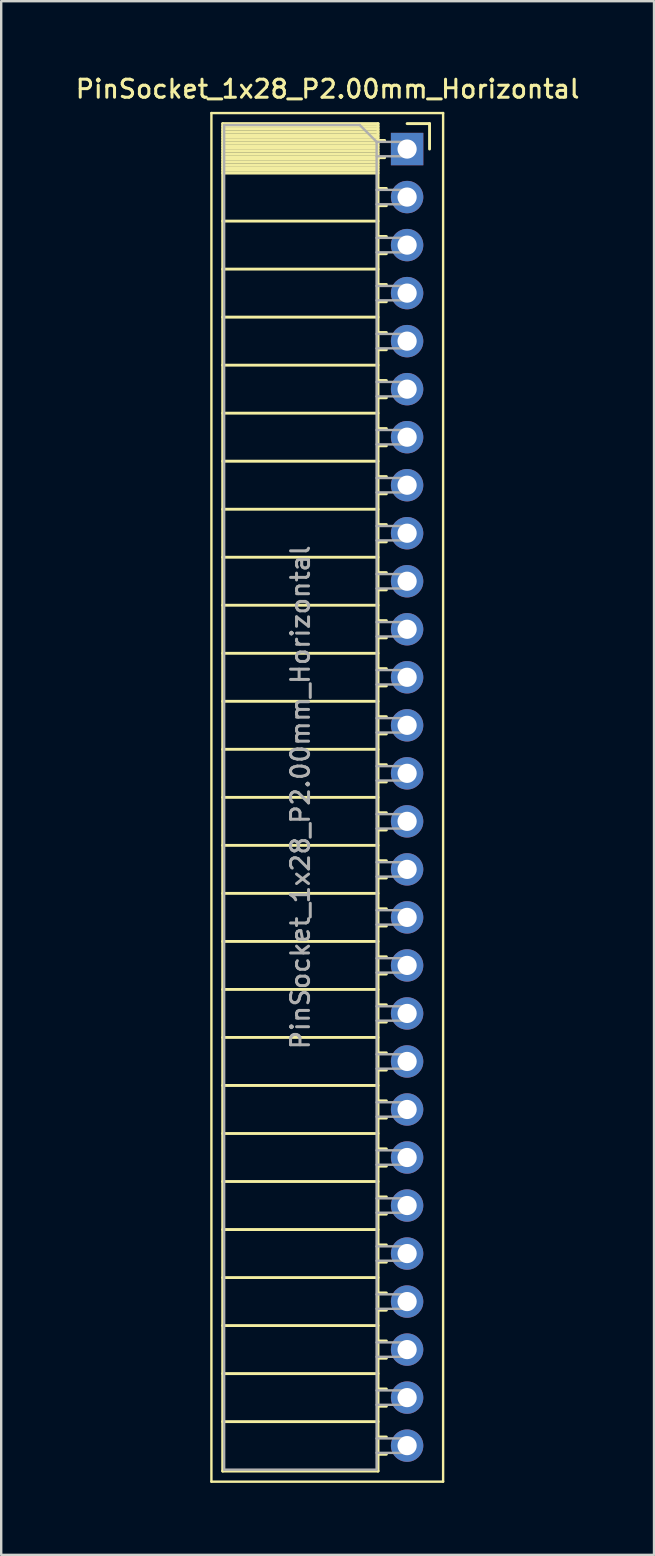
<source format=kicad_pcb>
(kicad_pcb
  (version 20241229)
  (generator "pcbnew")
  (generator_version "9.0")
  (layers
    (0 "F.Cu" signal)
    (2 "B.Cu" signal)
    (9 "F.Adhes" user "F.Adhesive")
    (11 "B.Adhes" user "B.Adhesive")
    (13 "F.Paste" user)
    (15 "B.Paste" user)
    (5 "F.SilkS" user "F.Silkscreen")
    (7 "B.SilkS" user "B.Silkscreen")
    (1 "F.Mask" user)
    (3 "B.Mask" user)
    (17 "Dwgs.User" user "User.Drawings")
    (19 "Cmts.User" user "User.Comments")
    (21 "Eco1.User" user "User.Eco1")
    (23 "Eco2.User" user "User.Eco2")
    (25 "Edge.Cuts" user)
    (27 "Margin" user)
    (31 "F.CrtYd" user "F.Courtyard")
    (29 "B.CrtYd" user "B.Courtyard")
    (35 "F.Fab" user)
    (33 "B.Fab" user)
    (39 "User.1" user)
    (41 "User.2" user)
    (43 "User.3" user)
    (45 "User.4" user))
  (footprint "PinSocket_1x28_P2.00mm_Horizontal"
    (layer "F.Cu")
    (at 13.905 3.158)
    (property "Reference" "PinSocket_1x28_P2.00mm_Horizontal" (at -3.31 -2.5 0) (layer "F.SilkS") (effects (font (size 0.75 0.75) (thickness 0.125))))
    (attr through_hole)
    (fp_line (start -8.15 -1.5) (end -8.15 55.5) (stroke (width 0.1) (type solid)) (layer "F.SilkS"))
    (fp_line (start -8.15 55.5) (end 1.5 55.5) (stroke (width 0.1) (type solid)) (layer "F.SilkS"))
    (fp_line (start -7.68 -1.06) (end -7.68 55.06) (stroke (width 0.12) (type solid)) (layer "F.SilkS"))
    (fp_line (start -7.68 -1.06) (end -1.21 -1.06) (stroke (width 0.12) (type solid)) (layer "F.SilkS"))
    (fp_line (start -7.68 -0.94) (end -1.21 -0.94) (stroke (width 0.12) (type solid)) (layer "F.SilkS"))
    (fp_line (start -7.68 -0.826) (end -1.21 -0.826) (stroke (width 0.12) (type solid)) (layer "F.SilkS"))
    (fp_line (start -7.68 -0.712) (end -1.21 -0.712) (stroke (width 0.12) (type solid)) (layer "F.SilkS"))
    (fp_line (start -7.68 -0.598) (end -1.21 -0.598) (stroke (width 0.12) (type solid)) (layer "F.SilkS"))
    (fp_line (start -7.68 -0.484) (end -1.21 -0.484) (stroke (width 0.12) (type solid)) (layer "F.SilkS"))
    (fp_line (start -7.68 -0.369) (end -1.21 -0.369) (stroke (width 0.12) (type solid)) (layer "F.SilkS"))
    (fp_line (start -7.68 -0.255) (end -1.21 -0.255) (stroke (width 0.12) (type solid)) (layer "F.SilkS"))
    (fp_line (start -7.68 -0.141) (end -1.21 -0.141) (stroke (width 0.12) (type solid)) (layer "F.SilkS"))
    (fp_line (start -7.68 -0.027) (end -1.21 -0.027) (stroke (width 0.12) (type solid)) (layer "F.SilkS"))
    (fp_line (start -7.68 0.087) (end -1.21 0.087) (stroke (width 0.12) (type solid)) (layer "F.SilkS"))
    (fp_line (start -7.68 0.201) (end -1.21 0.201) (stroke (width 0.12) (type solid)) (layer "F.SilkS"))
    (fp_line (start -7.68 0.315) (end -1.21 0.315) (stroke (width 0.12) (type solid)) (layer "F.SilkS"))
    (fp_line (start -7.68 0.429) (end -1.21 0.429) (stroke (width 0.12) (type solid)) (layer "F.SilkS"))
    (fp_line (start -7.68 0.544) (end -1.21 0.544) (stroke (width 0.12) (type solid)) (layer "F.SilkS"))
    (fp_line (start -7.68 0.658) (end -1.21 0.658) (stroke (width 0.12) (type solid)) (layer "F.SilkS"))
    (fp_line (start -7.68 0.772) (end -1.21 0.772) (stroke (width 0.12) (type solid)) (layer "F.SilkS"))
    (fp_line (start -7.68 0.886) (end -1.21 0.886) (stroke (width 0.12) (type solid)) (layer "F.SilkS"))
    (fp_line (start -7.68 1) (end -1.21 1) (stroke (width 0.12) (type solid)) (layer "F.SilkS"))
    (fp_line (start -7.68 3) (end -1.21 3) (stroke (width 0.12) (type solid)) (layer "F.SilkS"))
    (fp_line (start -7.68 5) (end -1.21 5) (stroke (width 0.12) (type solid)) (layer "F.SilkS"))
    (fp_line (start -7.68 7) (end -1.21 7) (stroke (width 0.12) (type solid)) (layer "F.SilkS"))
    (fp_line (start -7.68 9) (end -1.21 9) (stroke (width 0.12) (type solid)) (layer "F.SilkS"))
    (fp_line (start -7.68 11) (end -1.21 11) (stroke (width 0.12) (type solid)) (layer "F.SilkS"))
    (fp_line (start -7.68 13) (end -1.21 13) (stroke (width 0.12) (type solid)) (layer "F.SilkS"))
    (fp_line (start -7.68 15) (end -1.21 15) (stroke (width 0.12) (type solid)) (layer "F.SilkS"))
    (fp_line (start -7.68 17) (end -1.21 17) (stroke (width 0.12) (type solid)) (layer "F.SilkS"))
    (fp_line (start -7.68 19) (end -1.21 19) (stroke (width 0.12) (type solid)) (layer "F.SilkS"))
    (fp_line (start -7.68 21) (end -1.21 21) (stroke (width 0.12) (type solid)) (layer "F.SilkS"))
    (fp_line (start -7.68 23) (end -1.21 23) (stroke (width 0.12) (type solid)) (layer "F.SilkS"))
    (fp_line (start -7.68 25) (end -1.21 25) (stroke (width 0.12) (type solid)) (layer "F.SilkS"))
    (fp_line (start -7.68 27) (end -1.21 27) (stroke (width 0.12) (type solid)) (layer "F.SilkS"))
    (fp_line (start -7.68 29) (end -1.21 29) (stroke (width 0.12) (type solid)) (layer "F.SilkS"))
    (fp_line (start -7.68 31) (end -1.21 31) (stroke (width 0.12) (type solid)) (layer "F.SilkS"))
    (fp_line (start -7.68 33) (end -1.21 33) (stroke (width 0.12) (type solid)) (layer "F.SilkS"))
    (fp_line (start -7.68 35) (end -1.21 35) (stroke (width 0.12) (type solid)) (layer "F.SilkS"))
    (fp_line (start -7.68 37) (end -1.21 37) (stroke (width 0.12) (type solid)) (layer "F.SilkS"))
    (fp_line (start -7.68 39) (end -1.21 39) (stroke (width 0.12) (type solid)) (layer "F.SilkS"))
    (fp_line (start -7.68 41) (end -1.21 41) (stroke (width 0.12) (type solid)) (layer "F.SilkS"))
    (fp_line (start -7.68 43) (end -1.21 43) (stroke (width 0.12) (type solid)) (layer "F.SilkS"))
    (fp_line (start -7.68 45) (end -1.21 45) (stroke (width 0.12) (type solid)) (layer "F.SilkS"))
    (fp_line (start -7.68 47) (end -1.21 47) (stroke (width 0.12) (type solid)) (layer "F.SilkS"))
    (fp_line (start -7.68 49) (end -1.21 49) (stroke (width 0.12) (type solid)) (layer "F.SilkS"))
    (fp_line (start -7.68 51) (end -1.21 51) (stroke (width 0.12) (type solid)) (layer "F.SilkS"))
    (fp_line (start -7.68 53) (end -1.21 53) (stroke (width 0.12) (type solid)) (layer "F.SilkS"))
    (fp_line (start -7.68 55.06) (end -1.21 55.06) (stroke (width 0.12) (type solid)) (layer "F.SilkS"))
    (fp_line (start -1.21 -1.06) (end -1.21 55.06) (stroke (width 0.12) (type solid)) (layer "F.SilkS"))
    (fp_line (start -1.21 -0.36) (end -0.935 -0.36) (stroke (width 0.12) (type solid)) (layer "F.SilkS"))
    (fp_line (start -1.21 0.36) (end -0.935 0.36) (stroke (width 0.12) (type solid)) (layer "F.SilkS"))
    (fp_line (start -1.21 1.64) (end -0.863 1.64) (stroke (width 0.12) (type solid)) (layer "F.SilkS"))
    (fp_line (start -1.21 2.36) (end -0.863 2.36) (stroke (width 0.12) (type solid)) (layer "F.SilkS"))
    (fp_line (start -1.21 3.64) (end -0.863 3.64) (stroke (width 0.12) (type solid)) (layer "F.SilkS"))
    (fp_line (start -1.21 4.36) (end -0.863 4.36) (stroke (width 0.12) (type solid)) (layer "F.SilkS"))
    (fp_line (start -1.21 5.64) (end -0.863 5.64) (stroke (width 0.12) (type solid)) (layer "F.SilkS"))
    (fp_line (start -1.21 6.36) (end -0.863 6.36) (stroke (width 0.12) (type solid)) (layer "F.SilkS"))
    (fp_line (start -1.21 7.64) (end -0.863 7.64) (stroke (width 0.12) (type solid)) (layer "F.SilkS"))
    (fp_line (start -1.21 8.36) (end -0.863 8.36) (stroke (width 0.12) (type solid)) (layer "F.SilkS"))
    (fp_line (start -1.21 9.64) (end -0.863 9.64) (stroke (width 0.12) (type solid)) (layer "F.SilkS"))
    (fp_line (start -1.21 10.36) (end -0.863 10.36) (stroke (width 0.12) (type solid)) (layer "F.SilkS"))
    (fp_line (start -1.21 11.64) (end -0.863 11.64) (stroke (width 0.12) (type solid)) (layer "F.SilkS"))
    (fp_line (start -1.21 12.36) (end -0.863 12.36) (stroke (width 0.12) (type solid)) (layer "F.SilkS"))
    (fp_line (start -1.21 13.64) (end -0.863 13.64) (stroke (width 0.12) (type solid)) (layer "F.SilkS"))
    (fp_line (start -1.21 14.36) (end -0.863 14.36) (stroke (width 0.12) (type solid)) (layer "F.SilkS"))
    (fp_line (start -1.21 15.64) (end -0.863 15.64) (stroke (width 0.12) (type solid)) (layer "F.SilkS"))
    (fp_line (start -1.21 16.36) (end -0.863 16.36) (stroke (width 0.12) (type solid)) (layer "F.SilkS"))
    (fp_line (start -1.21 17.64) (end -0.863 17.64) (stroke (width 0.12) (type solid)) (layer "F.SilkS"))
    (fp_line (start -1.21 18.36) (end -0.863 18.36) (stroke (width 0.12) (type solid)) (layer "F.SilkS"))
    (fp_line (start -1.21 19.64) (end -0.863 19.64) (stroke (width 0.12) (type solid)) (layer "F.SilkS"))
    (fp_line (start -1.21 20.36) (end -0.863 20.36) (stroke (width 0.12) (type solid)) (layer "F.SilkS"))
    (fp_line (start -1.21 21.64) (end -0.863 21.64) (stroke (width 0.12) (type solid)) (layer "F.SilkS"))
    (fp_line (start -1.21 22.36) (end -0.863 22.36) (stroke (width 0.12) (type solid)) (layer "F.SilkS"))
    (fp_line (start -1.21 23.64) (end -0.863 23.64) (stroke (width 0.12) (type solid)) (layer "F.SilkS"))
    (fp_line (start -1.21 24.36) (end -0.863 24.36) (stroke (width 0.12) (type solid)) (layer "F.SilkS"))
    (fp_line (start -1.21 25.64) (end -0.863 25.64) (stroke (width 0.12) (type solid)) (layer "F.SilkS"))
    (fp_line (start -1.21 26.36) (end -0.863 26.36) (stroke (width 0.12) (type solid)) (layer "F.SilkS"))
    (fp_line (start -1.21 27.64) (end -0.863 27.64) (stroke (width 0.12) (type solid)) (layer "F.SilkS"))
    (fp_line (start -1.21 28.36) (end -0.863 28.36) (stroke (width 0.12) (type solid)) (layer "F.SilkS"))
    (fp_line (start -1.21 29.64) (end -0.863 29.64) (stroke (width 0.12) (type solid)) (layer "F.SilkS"))
    (fp_line (start -1.21 30.36) (end -0.863 30.36) (stroke (width 0.12) (type solid)) (layer "F.SilkS"))
    (fp_line (start -1.21 31.64) (end -0.863 31.64) (stroke (width 0.12) (type solid)) (layer "F.SilkS"))
    (fp_line (start -1.21 32.36) (end -0.863 32.36) (stroke (width 0.12) (type solid)) (layer "F.SilkS"))
    (fp_line (start -1.21 33.64) (end -0.863 33.64) (stroke (width 0.12) (type solid)) (layer "F.SilkS"))
    (fp_line (start -1.21 34.36) (end -0.863 34.36) (stroke (width 0.12) (type solid)) (layer "F.SilkS"))
    (fp_line (start -1.21 35.64) (end -0.863 35.64) (stroke (width 0.12) (type solid)) (layer "F.SilkS"))
    (fp_line (start -1.21 36.36) (end -0.863 36.36) (stroke (width 0.12) (type solid)) (layer "F.SilkS"))
    (fp_line (start -1.21 37.64) (end -0.863 37.64) (stroke (width 0.12) (type solid)) (layer "F.SilkS"))
    (fp_line (start -1.21 38.36) (end -0.863 38.36) (stroke (width 0.12) (type solid)) (layer "F.SilkS"))
    (fp_line (start -1.21 39.64) (end -0.863 39.64) (stroke (width 0.12) (type solid)) (layer "F.SilkS"))
    (fp_line (start -1.21 40.36) (end -0.863 40.36) (stroke (width 0.12) (type solid)) (layer "F.SilkS"))
    (fp_line (start -1.21 41.64) (end -0.863 41.64) (stroke (width 0.12) (type solid)) (layer "F.SilkS"))
    (fp_line (start -1.21 42.36) (end -0.863 42.36) (stroke (width 0.12) (type solid)) (layer "F.SilkS"))
    (fp_line (start -1.21 43.64) (end -0.863 43.64) (stroke (width 0.12) (type solid)) (layer "F.SilkS"))
    (fp_line (start -1.21 44.36) (end -0.863 44.36) (stroke (width 0.12) (type solid)) (layer "F.SilkS"))
    (fp_line (start -1.21 45.64) (end -0.863 45.64) (stroke (width 0.12) (type solid)) (layer "F.SilkS"))
    (fp_line (start -1.21 46.36) (end -0.863 46.36) (stroke (width 0.12) (type solid)) (layer "F.SilkS"))
    (fp_line (start -1.21 47.64) (end -0.863 47.64) (stroke (width 0.12) (type solid)) (layer "F.SilkS"))
    (fp_line (start -1.21 48.36) (end -0.863 48.36) (stroke (width 0.12) (type solid)) (layer "F.SilkS"))
    (fp_line (start -1.21 49.64) (end -0.863 49.64) (stroke (width 0.12) (type solid)) (layer "F.SilkS"))
    (fp_line (start -1.21 50.36) (end -0.863 50.36) (stroke (width 0.12) (type solid)) (layer "F.SilkS"))
    (fp_line (start -1.21 51.64) (end -0.863 51.64) (stroke (width 0.12) (type solid)) (layer "F.SilkS"))
    (fp_line (start -1.21 52.36) (end -0.863 52.36) (stroke (width 0.12) (type solid)) (layer "F.SilkS"))
    (fp_line (start -1.21 53.64) (end -0.863 53.64) (stroke (width 0.12) (type solid)) (layer "F.SilkS"))
    (fp_line (start -1.21 54.36) (end -0.863 54.36) (stroke (width 0.12) (type solid)) (layer "F.SilkS"))
    (fp_line (start 0 -1.06) (end 0.935 -1.06) (stroke (width 0.12) (type solid)) (layer "F.SilkS"))
    (fp_line (start 0.935 -1.06) (end 0.935 0) (stroke (width 0.12) (type solid)) (layer "F.SilkS"))
    (fp_line (start 1.5 -1.5) (end -8.15 -1.5) (stroke (width 0.1) (type solid)) (layer "F.SilkS"))
    (fp_line (start 1.5 55.5) (end 1.5 -1.5) (stroke (width 0.1) (type solid)) (layer "F.SilkS"))
    (fp_line (start -7.62 -1) (end -1.97 -1) (stroke (width 0.1) (type solid)) (layer "F.Fab"))
    (fp_line (start -7.62 55) (end -7.62 -1) (stroke (width 0.1) (type solid)) (layer "F.Fab"))
    (fp_line (start -1.97 -1) (end -1.27 -0.3) (stroke (width 0.1) (type solid)) (layer "F.Fab"))
    (fp_line (start -1.27 -0.3) (end -1.27 55) (stroke (width 0.1) (type solid)) (layer "F.Fab"))
    (fp_line (start -1.27 0.3) (end 0 0.3) (stroke (width 0.1) (type solid)) (layer "F.Fab"))
    (fp_line (start -1.27 2.3) (end 0 2.3) (stroke (width 0.1) (type solid)) (layer "F.Fab"))
    (fp_line (start -1.27 4.3) (end 0 4.3) (stroke (width 0.1) (type solid)) (layer "F.Fab"))
    (fp_line (start -1.27 6.3) (end 0 6.3) (stroke (width 0.1) (type solid)) (layer "F.Fab"))
    (fp_line (start -1.27 8.3) (end 0 8.3) (stroke (width 0.1) (type solid)) (layer "F.Fab"))
    (fp_line (start -1.27 10.3) (end 0 10.3) (stroke (width 0.1) (type solid)) (layer "F.Fab"))
    (fp_line (start -1.27 12.3) (end 0 12.3) (stroke (width 0.1) (type solid)) (layer "F.Fab"))
    (fp_line (start -1.27 14.3) (end 0 14.3) (stroke (width 0.1) (type solid)) (layer "F.Fab"))
    (fp_line (start -1.27 16.3) (end 0 16.3) (stroke (width 0.1) (type solid)) (layer "F.Fab"))
    (fp_line (start -1.27 18.3) (end 0 18.3) (stroke (width 0.1) (type solid)) (layer "F.Fab"))
    (fp_line (start -1.27 20.3) (end 0 20.3) (stroke (width 0.1) (type solid)) (layer "F.Fab"))
    (fp_line (start -1.27 22.3) (end 0 22.3) (stroke (width 0.1) (type solid)) (layer "F.Fab"))
    (fp_line (start -1.27 24.3) (end 0 24.3) (stroke (width 0.1) (type solid)) (layer "F.Fab"))
    (fp_line (start -1.27 26.3) (end 0 26.3) (stroke (width 0.1) (type solid)) (layer "F.Fab"))
    (fp_line (start -1.27 28.3) (end 0 28.3) (stroke (width 0.1) (type solid)) (layer "F.Fab"))
    (fp_line (start -1.27 30.3) (end 0 30.3) (stroke (width 0.1) (type solid)) (layer "F.Fab"))
    (fp_line (start -1.27 32.3) (end 0 32.3) (stroke (width 0.1) (type solid)) (layer "F.Fab"))
    (fp_line (start -1.27 34.3) (end 0 34.3) (stroke (width 0.1) (type solid)) (layer "F.Fab"))
    (fp_line (start -1.27 36.3) (end 0 36.3) (stroke (width 0.1) (type solid)) (layer "F.Fab"))
    (fp_line (start -1.27 38.3) (end 0 38.3) (stroke (width 0.1) (type solid)) (layer "F.Fab"))
    (fp_line (start -1.27 40.3) (end 0 40.3) (stroke (width 0.1) (type solid)) (layer "F.Fab"))
    (fp_line (start -1.27 42.3) (end 0 42.3) (stroke (width 0.1) (type solid)) (layer "F.Fab"))
    (fp_line (start -1.27 44.3) (end 0 44.3) (stroke (width 0.1) (type solid)) (layer "F.Fab"))
    (fp_line (start -1.27 46.3) (end 0 46.3) (stroke (width 0.1) (type solid)) (layer "F.Fab"))
    (fp_line (start -1.27 48.3) (end 0 48.3) (stroke (width 0.1) (type solid)) (layer "F.Fab"))
    (fp_line (start -1.27 50.3) (end 0 50.3) (stroke (width 0.1) (type solid)) (layer "F.Fab"))
    (fp_line (start -1.27 52.3) (end 0 52.3) (stroke (width 0.1) (type solid)) (layer "F.Fab"))
    (fp_line (start -1.27 54.3) (end 0 54.3) (stroke (width 0.1) (type solid)) (layer "F.Fab"))
    (fp_line (start -1.27 55) (end -7.62 55) (stroke (width 0.1) (type solid)) (layer "F.Fab"))
    (fp_line (start 0 -0.3) (end -1.27 -0.3) (stroke (width 0.1) (type solid)) (layer "F.Fab"))
    (fp_line (start 0 0.3) (end 0 -0.3) (stroke (width 0.1) (type solid)) (layer "F.Fab"))
    (fp_line (start 0 1.7) (end -1.27 1.7) (stroke (width 0.1) (type solid)) (layer "F.Fab"))
    (fp_line (start 0 2.3) (end 0 1.7) (stroke (width 0.1) (type solid)) (layer "F.Fab"))
    (fp_line (start 0 3.7) (end -1.27 3.7) (stroke (width 0.1) (type solid)) (layer "F.Fab"))
    (fp_line (start 0 4.3) (end 0 3.7) (stroke (width 0.1) (type solid)) (layer "F.Fab"))
    (fp_line (start 0 5.7) (end -1.27 5.7) (stroke (width 0.1) (type solid)) (layer "F.Fab"))
    (fp_line (start 0 6.3) (end 0 5.7) (stroke (width 0.1) (type solid)) (layer "F.Fab"))
    (fp_line (start 0 7.7) (end -1.27 7.7) (stroke (width 0.1) (type solid)) (layer "F.Fab"))
    (fp_line (start 0 8.3) (end 0 7.7) (stroke (width 0.1) (type solid)) (layer "F.Fab"))
    (fp_line (start 0 9.7) (end -1.27 9.7) (stroke (width 0.1) (type solid)) (layer "F.Fab"))
    (fp_line (start 0 10.3) (end 0 9.7) (stroke (width 0.1) (type solid)) (layer "F.Fab"))
    (fp_line (start 0 11.7) (end -1.27 11.7) (stroke (width 0.1) (type solid)) (layer "F.Fab"))
    (fp_line (start 0 12.3) (end 0 11.7) (stroke (width 0.1) (type solid)) (layer "F.Fab"))
    (fp_line (start 0 13.7) (end -1.27 13.7) (stroke (width 0.1) (type solid)) (layer "F.Fab"))
    (fp_line (start 0 14.3) (end 0 13.7) (stroke (width 0.1) (type solid)) (layer "F.Fab"))
    (fp_line (start 0 15.7) (end -1.27 15.7) (stroke (width 0.1) (type solid)) (layer "F.Fab"))
    (fp_line (start 0 16.3) (end 0 15.7) (stroke (width 0.1) (type solid)) (layer "F.Fab"))
    (fp_line (start 0 17.7) (end -1.27 17.7) (stroke (width 0.1) (type solid)) (layer "F.Fab"))
    (fp_line (start 0 18.3) (end 0 17.7) (stroke (width 0.1) (type solid)) (layer "F.Fab"))
    (fp_line (start 0 19.7) (end -1.27 19.7) (stroke (width 0.1) (type solid)) (layer "F.Fab"))
    (fp_line (start 0 20.3) (end 0 19.7) (stroke (width 0.1) (type solid)) (layer "F.Fab"))
    (fp_line (start 0 21.7) (end -1.27 21.7) (stroke (width 0.1) (type solid)) (layer "F.Fab"))
    (fp_line (start 0 22.3) (end 0 21.7) (stroke (width 0.1) (type solid)) (layer "F.Fab"))
    (fp_line (start 0 23.7) (end -1.27 23.7) (stroke (width 0.1) (type solid)) (layer "F.Fab"))
    (fp_line (start 0 24.3) (end 0 23.7) (stroke (width 0.1) (type solid)) (layer "F.Fab"))
    (fp_line (start 0 25.7) (end -1.27 25.7) (stroke (width 0.1) (type solid)) (layer "F.Fab"))
    (fp_line (start 0 26.3) (end 0 25.7) (stroke (width 0.1) (type solid)) (layer "F.Fab"))
    (fp_line (start 0 27.7) (end -1.27 27.7) (stroke (width 0.1) (type solid)) (layer "F.Fab"))
    (fp_line (start 0 28.3) (end 0 27.7) (stroke (width 0.1) (type solid)) (layer "F.Fab"))
    (fp_line (start 0 29.7) (end -1.27 29.7) (stroke (width 0.1) (type solid)) (layer "F.Fab"))
    (fp_line (start 0 30.3) (end 0 29.7) (stroke (width 0.1) (type solid)) (layer "F.Fab"))
    (fp_line (start 0 31.7) (end -1.27 31.7) (stroke (width 0.1) (type solid)) (layer "F.Fab"))
    (fp_line (start 0 32.3) (end 0 31.7) (stroke (width 0.1) (type solid)) (layer "F.Fab"))
    (fp_line (start 0 33.7) (end -1.27 33.7) (stroke (width 0.1) (type solid)) (layer "F.Fab"))
    (fp_line (start 0 34.3) (end 0 33.7) (stroke (width 0.1) (type solid)) (layer "F.Fab"))
    (fp_line (start 0 35.7) (end -1.27 35.7) (stroke (width 0.1) (type solid)) (layer "F.Fab"))
    (fp_line (start 0 36.3) (end 0 35.7) (stroke (width 0.1) (type solid)) (layer "F.Fab"))
    (fp_line (start 0 37.7) (end -1.27 37.7) (stroke (width 0.1) (type solid)) (layer "F.Fab"))
    (fp_line (start 0 38.3) (end 0 37.7) (stroke (width 0.1) (type solid)) (layer "F.Fab"))
    (fp_line (start 0 39.7) (end -1.27 39.7) (stroke (width 0.1) (type solid)) (layer "F.Fab"))
    (fp_line (start 0 40.3) (end 0 39.7) (stroke (width 0.1) (type solid)) (layer "F.Fab"))
    (fp_line (start 0 41.7) (end -1.27 41.7) (stroke (width 0.1) (type solid)) (layer "F.Fab"))
    (fp_line (start 0 42.3) (end 0 41.7) (stroke (width 0.1) (type solid)) (layer "F.Fab"))
    (fp_line (start 0 43.7) (end -1.27 43.7) (stroke (width 0.1) (type solid)) (layer "F.Fab"))
    (fp_line (start 0 44.3) (end 0 43.7) (stroke (width 0.1) (type solid)) (layer "F.Fab"))
    (fp_line (start 0 45.7) (end -1.27 45.7) (stroke (width 0.1) (type solid)) (layer "F.Fab"))
    (fp_line (start 0 46.3) (end 0 45.7) (stroke (width 0.1) (type solid)) (layer "F.Fab"))
    (fp_line (start 0 47.7) (end -1.27 47.7) (stroke (width 0.1) (type solid)) (layer "F.Fab"))
    (fp_line (start 0 48.3) (end 0 47.7) (stroke (width 0.1) (type solid)) (layer "F.Fab"))
    (fp_line (start 0 49.7) (end -1.27 49.7) (stroke (width 0.1) (type solid)) (layer "F.Fab"))
    (fp_line (start 0 50.3) (end 0 49.7) (stroke (width 0.1) (type solid)) (layer "F.Fab"))
    (fp_line (start 0 51.7) (end -1.27 51.7) (stroke (width 0.1) (type solid)) (layer "F.Fab"))
    (fp_line (start 0 52.3) (end 0 51.7) (stroke (width 0.1) (type solid)) (layer "F.Fab"))
    (fp_line (start 0 53.7) (end -1.27 53.7) (stroke (width 0.1) (type solid)) (layer "F.Fab"))
    (fp_line (start 0 54.3) (end 0 53.7) (stroke (width 0.1) (type solid)) (layer "F.Fab"))
    (fp_text user "${REFERENCE}" (at -4.445 27 90) (layer "F.Fab") (effects (font (size 0.75 0.75) (thickness 0.125))))
    (pad "1" thru_hole rect (at 0 0) (size 1.35 1.35) (drill 0.8) (layers "*.Cu" "*.Mask"))
    (pad "2" thru_hole oval (at 0 2) (size 1.35 1.35) (drill 0.8) (layers "*.Cu" "*.Mask"))
    (pad "3" thru_hole oval (at 0 4) (size 1.35 1.35) (drill 0.8) (layers "*.Cu" "*.Mask"))
    (pad "4" thru_hole oval (at 0 6) (size 1.35 1.35) (drill 0.8) (layers "*.Cu" "*.Mask"))
    (pad "5" thru_hole oval (at 0 8) (size 1.35 1.35) (drill 0.8) (layers "*.Cu" "*.Mask"))
    (pad "6" thru_hole oval (at 0 10) (size 1.35 1.35) (drill 0.8) (layers "*.Cu" "*.Mask"))
    (pad "7" thru_hole oval (at 0 12) (size 1.35 1.35) (drill 0.8) (layers "*.Cu" "*.Mask"))
    (pad "8" thru_hole oval (at 0 14) (size 1.35 1.35) (drill 0.8) (layers "*.Cu" "*.Mask"))
    (pad "9" thru_hole oval (at 0 16) (size 1.35 1.35) (drill 0.8) (layers "*.Cu" "*.Mask"))
    (pad "10" thru_hole oval (at 0 18) (size 1.35 1.35) (drill 0.8) (layers "*.Cu" "*.Mask"))
    (pad "11" thru_hole oval (at 0 20) (size 1.35 1.35) (drill 0.8) (layers "*.Cu" "*.Mask"))
    (pad "12" thru_hole oval (at 0 22) (size 1.35 1.35) (drill 0.8) (layers "*.Cu" "*.Mask"))
    (pad "13" thru_hole oval (at 0 24) (size 1.35 1.35) (drill 0.8) (layers "*.Cu" "*.Mask"))
    (pad "14" thru_hole oval (at 0 26) (size 1.35 1.35) (drill 0.8) (layers "*.Cu" "*.Mask"))
    (pad "15" thru_hole oval (at 0 28) (size 1.35 1.35) (drill 0.8) (layers "*.Cu" "*.Mask"))
    (pad "16" thru_hole oval (at 0 30) (size 1.35 1.35) (drill 0.8) (layers "*.Cu" "*.Mask"))
    (pad "17" thru_hole oval (at 0 32) (size 1.35 1.35) (drill 0.8) (layers "*.Cu" "*.Mask"))
    (pad "18" thru_hole oval (at 0 34) (size 1.35 1.35) (drill 0.8) (layers "*.Cu" "*.Mask"))
    (pad "19" thru_hole oval (at 0 36) (size 1.35 1.35) (drill 0.8) (layers "*.Cu" "*.Mask"))
    (pad "20" thru_hole oval (at 0 38) (size 1.35 1.35) (drill 0.8) (layers "*.Cu" "*.Mask"))
    (pad "21" thru_hole oval (at 0 40) (size 1.35 1.35) (drill 0.8) (layers "*.Cu" "*.Mask"))
    (pad "22" thru_hole oval (at 0 42) (size 1.35 1.35) (drill 0.8) (layers "*.Cu" "*.Mask"))
    (pad "23" thru_hole oval (at 0 44) (size 1.35 1.35) (drill 0.8) (layers "*.Cu" "*.Mask"))
    (pad "24" thru_hole oval (at 0 46) (size 1.35 1.35) (drill 0.8) (layers "*.Cu" "*.Mask"))
    (pad "25" thru_hole oval (at 0 48) (size 1.35 1.35) (drill 0.8) (layers "*.Cu" "*.Mask"))
    (pad "26" thru_hole oval (at 0 50) (size 1.35 1.35) (drill 0.8) (layers "*.Cu" "*.Mask"))
    (pad "27" thru_hole oval (at 0 52) (size 1.35 1.35) (drill 0.8) (layers "*.Cu" "*.Mask"))
    (pad "28" thru_hole oval (at 0 54) (size 1.35 1.35) (drill 0.8) (layers "*.Cu" "*.Mask")))
  (gr_rect
    (start -3 -3)
    (end 24.189 61.708)
    (stroke (width 0.1) (type default))
    (fill no)
    (layer "Edge.Cuts")))
</source>
